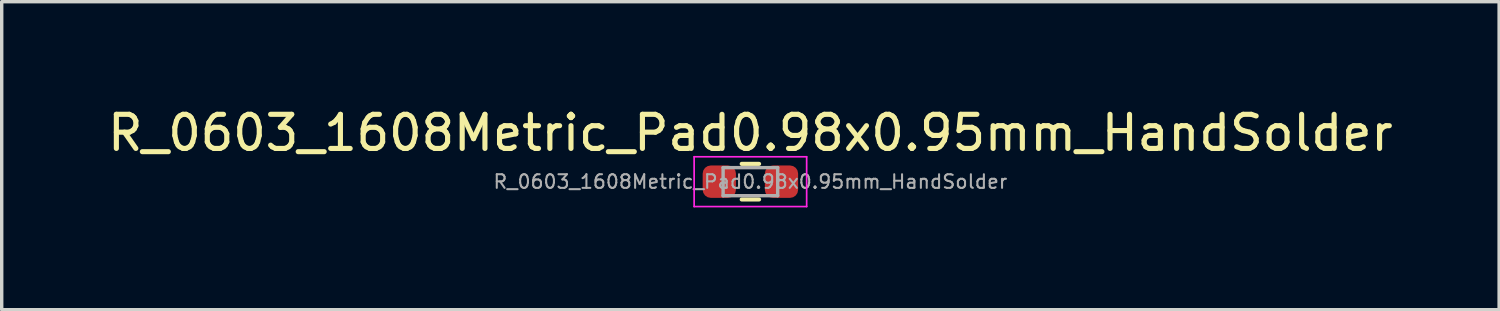
<source format=kicad_pcb>
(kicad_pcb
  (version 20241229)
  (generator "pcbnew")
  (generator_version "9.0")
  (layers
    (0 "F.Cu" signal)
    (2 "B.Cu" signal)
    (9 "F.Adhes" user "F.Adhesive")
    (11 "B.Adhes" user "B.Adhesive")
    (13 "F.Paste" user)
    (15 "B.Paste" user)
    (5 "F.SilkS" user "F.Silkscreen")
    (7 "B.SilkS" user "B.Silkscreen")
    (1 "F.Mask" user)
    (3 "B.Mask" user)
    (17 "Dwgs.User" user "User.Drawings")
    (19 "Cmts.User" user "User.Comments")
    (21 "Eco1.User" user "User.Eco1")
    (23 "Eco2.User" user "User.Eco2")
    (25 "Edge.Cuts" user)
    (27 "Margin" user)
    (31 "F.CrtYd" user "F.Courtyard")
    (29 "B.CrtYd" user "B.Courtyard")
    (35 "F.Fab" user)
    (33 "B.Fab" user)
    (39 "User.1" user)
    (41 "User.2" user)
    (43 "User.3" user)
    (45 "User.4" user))
  (footprint "R_0603_1608Metric_Pad0.98x0.95mm_HandSolder"
    (layer "F.Cu")
    (at 18.958 2.278)
    (property "Reference" "R_0603_1608Metric_Pad0.98x0.95mm_HandSolder" (at 0 -1.43 0) (layer "F.SilkS") (effects (font (size 1 1) (thickness 0.15))))
    (attr smd)
    (fp_line (start -0.255 -0.522) (end 0.255 -0.522) (stroke (width 0.12) (type solid)) (layer "F.SilkS"))
    (fp_line (start -0.255 0.522) (end 0.255 0.522) (stroke (width 0.12) (type solid)) (layer "F.SilkS"))
    (fp_line (start -1.65 -0.73) (end 1.65 -0.73) (stroke (width 0.05) (type solid)) (layer "F.CrtYd"))
    (fp_line (start -1.65 0.73) (end -1.65 -0.73) (stroke (width 0.05) (type solid)) (layer "F.CrtYd"))
    (fp_line (start 1.65 -0.73) (end 1.65 0.73) (stroke (width 0.05) (type solid)) (layer "F.CrtYd"))
    (fp_line (start 1.65 0.73) (end -1.65 0.73) (stroke (width 0.05) (type solid)) (layer "F.CrtYd"))
    (fp_line (start -0.8 -0.412) (end 0.8 -0.412) (stroke (width 0.1) (type solid)) (layer "F.Fab"))
    (fp_line (start -0.8 0.412) (end -0.8 -0.412) (stroke (width 0.1) (type solid)) (layer "F.Fab"))
    (fp_line (start 0.8 -0.412) (end 0.8 0.412) (stroke (width 0.1) (type solid)) (layer "F.Fab"))
    (fp_line (start 0.8 0.412) (end -0.8 0.412) (stroke (width 0.1) (type solid)) (layer "F.Fab"))
    (fp_text user "${REFERENCE}" (at 0 0 0) (layer "F.Fab") (effects (font (size 0.4 0.4) (thickness 0.06))))
    (pad "1" smd roundrect (at -0.912 0) (size 0.975 0.95) (layers "F.Cu" "F.Mask" "F.Paste") (roundrect_rratio 0.25))
    (pad "2" smd roundrect (at 0.912 0) (size 0.975 0.95) (layers "F.Cu" "F.Mask" "F.Paste") (roundrect_rratio 0.25)))
  (gr_rect
    (start -3 -3)
    (end 40.917 6.033)
    (stroke (width 0.1) (type default))
    (fill no)
    (layer "Edge.Cuts")))
</source>
